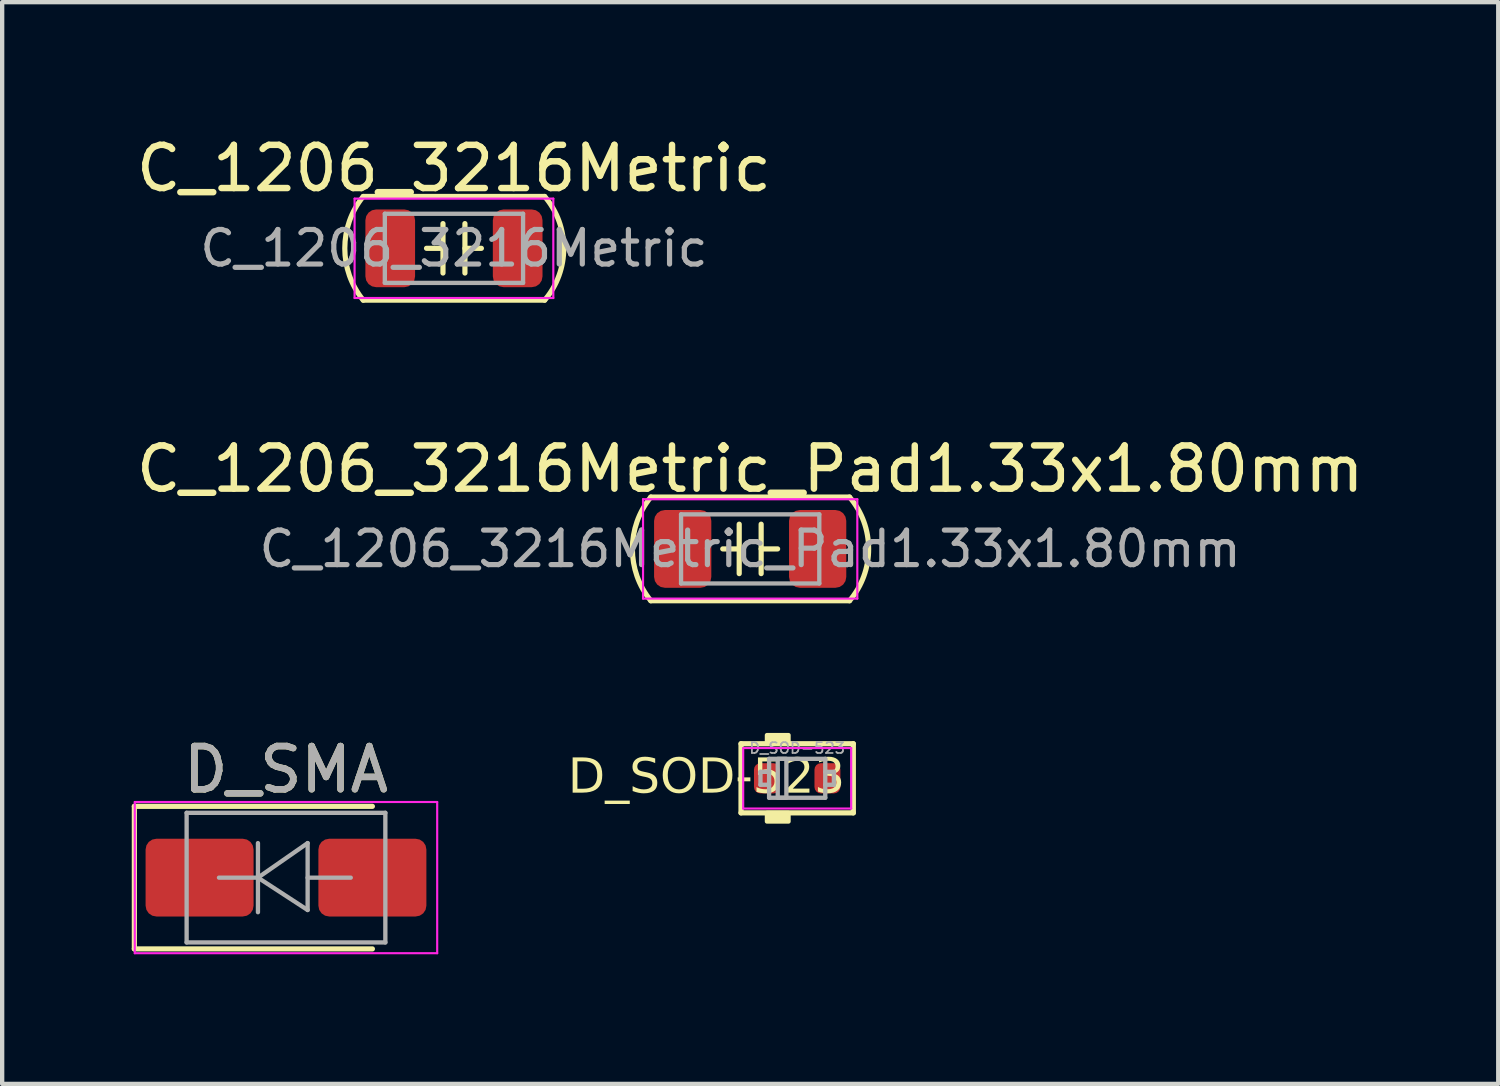
<source format=kicad_pcb>
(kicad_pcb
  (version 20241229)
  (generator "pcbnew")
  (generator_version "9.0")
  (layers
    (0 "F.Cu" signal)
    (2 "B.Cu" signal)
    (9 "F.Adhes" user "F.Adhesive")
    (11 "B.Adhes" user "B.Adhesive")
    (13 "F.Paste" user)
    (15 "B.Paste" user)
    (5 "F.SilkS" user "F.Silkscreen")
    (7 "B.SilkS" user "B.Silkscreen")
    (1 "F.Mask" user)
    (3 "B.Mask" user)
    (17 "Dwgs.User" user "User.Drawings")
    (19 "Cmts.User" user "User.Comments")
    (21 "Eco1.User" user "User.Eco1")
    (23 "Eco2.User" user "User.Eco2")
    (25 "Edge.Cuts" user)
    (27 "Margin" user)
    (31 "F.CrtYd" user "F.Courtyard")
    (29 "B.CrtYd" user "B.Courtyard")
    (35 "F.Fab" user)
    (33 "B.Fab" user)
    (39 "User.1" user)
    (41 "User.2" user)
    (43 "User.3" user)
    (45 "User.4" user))
  (footprint "C_1206_3216Metric"
    (layer "F.Cu")
    (at 7.458 2.698)
    (property "Reference" "C_1206_3216Metric" (at 0 -1.85 0) (layer "F.SilkS") (effects (font (size 1 1) (thickness 0.15))))
    (attr smd)
    (fp_line (start -2.1 1.2) (end 2.1 1.2) (stroke (width 0.12) (type solid)) (layer "F.SilkS"))
    (fp_line (start -0.254 -0.572) (end -0.254 0.572) (stroke (width 0.12) (type solid)) (layer "F.SilkS"))
    (fp_line (start -0.254 0) (end -0.635 0) (stroke (width 0.12) (type solid)) (layer "F.SilkS"))
    (fp_line (start 0.254 -0.572) (end 0.254 0.572) (stroke (width 0.12) (type solid)) (layer "F.SilkS"))
    (fp_line (start 0.254 0) (end 0.635 0) (stroke (width 0.12) (type solid)) (layer "F.SilkS"))
    (fp_line (start 2.1 -1.2) (end -2.1 -1.2) (stroke (width 0.12) (type solid)) (layer "F.SilkS"))
    (fp_arc (start -2.1 1.2) (mid -2.526625 0) (end -2.1 -1.2) (stroke (width 0.12) (type solid)) (layer "F.SilkS"))
    (fp_arc (start 2.1 -1.2) (mid 2.541962 0) (end 2.1 1.2) (stroke (width 0.12) (type solid)) (layer "F.SilkS"))
    (fp_line (start -2.3 -1.15) (end 2.3 -1.15) (stroke (width 0.05) (type solid)) (layer "F.CrtYd"))
    (fp_line (start -2.3 1.15) (end -2.3 -1.15) (stroke (width 0.05) (type solid)) (layer "F.CrtYd"))
    (fp_line (start 2.3 -1.15) (end 2.3 1.15) (stroke (width 0.05) (type solid)) (layer "F.CrtYd"))
    (fp_line (start 2.3 1.15) (end -2.3 1.15) (stroke (width 0.05) (type solid)) (layer "F.CrtYd"))
    (fp_line (start -1.6 -0.8) (end 1.6 -0.8) (stroke (width 0.1) (type solid)) (layer "F.Fab"))
    (fp_line (start -1.6 0.8) (end -1.6 -0.8) (stroke (width 0.1) (type solid)) (layer "F.Fab"))
    (fp_line (start 1.6 -0.8) (end 1.6 0.8) (stroke (width 0.1) (type solid)) (layer "F.Fab"))
    (fp_line (start 1.6 0.8) (end -1.6 0.8) (stroke (width 0.1) (type solid)) (layer "F.Fab"))
    (fp_text user "${REFERENCE}" (at 0 0 0) (layer "F.Fab") (effects (font (size 0.8 0.8) (thickness 0.12))))
    (pad "1" smd roundrect (at -1.475 0) (size 1.15 1.8) (layers "F.Cu" "F.Mask" "F.Paste") (roundrect_rratio 0.217))
    (pad "2" smd roundrect (at 1.475 0) (size 1.15 1.8) (layers "F.Cu" "F.Mask" "F.Paste") (roundrect_rratio 0.217)))
  (footprint "C_1206_3216Metric_Pad1.33x1.80mm"
    (layer "F.Cu")
    (at 14.315 9.656)
    (property "Reference" "C_1206_3216Metric_Pad1.33x1.80mm" (at 0 -1.85 0) (layer "F.SilkS") (effects (font (size 1 1) (thickness 0.15))))
    (attr smd)
    (fp_line (start -2.3 1.2) (end 2.3 1.2) (stroke (width 0.12) (type solid)) (layer "F.SilkS"))
    (fp_line (start -0.254 -0.572) (end -0.254 0.572) (stroke (width 0.12) (type solid)) (layer "F.SilkS"))
    (fp_line (start -0.254 0) (end -0.635 0) (stroke (width 0.12) (type solid)) (layer "F.SilkS"))
    (fp_line (start 0.254 -0.572) (end 0.254 0.572) (stroke (width 0.12) (type solid)) (layer "F.SilkS"))
    (fp_line (start 0.254 0) (end 0.635 0) (stroke (width 0.12) (type solid)) (layer "F.SilkS"))
    (fp_line (start 2.3 -1.2) (end -2.3 -1.2) (stroke (width 0.12) (type solid)) (layer "F.SilkS"))
    (fp_arc (start -2.3 1.2) (mid -2.726625 0) (end -2.3 -1.2) (stroke (width 0.12) (type solid)) (layer "F.SilkS"))
    (fp_arc (start 2.3 -1.2) (mid 2.741962 0) (end 2.3 1.2) (stroke (width 0.12) (type solid)) (layer "F.SilkS"))
    (fp_line (start -2.48 -1.15) (end 2.48 -1.15) (stroke (width 0.05) (type solid)) (layer "F.CrtYd"))
    (fp_line (start -2.48 1.15) (end -2.48 -1.15) (stroke (width 0.05) (type solid)) (layer "F.CrtYd"))
    (fp_line (start 2.48 -1.15) (end 2.48 1.15) (stroke (width 0.05) (type solid)) (layer "F.CrtYd"))
    (fp_line (start 2.48 1.15) (end -2.48 1.15) (stroke (width 0.05) (type solid)) (layer "F.CrtYd"))
    (fp_line (start -1.6 -0.8) (end 1.6 -0.8) (stroke (width 0.1) (type solid)) (layer "F.Fab"))
    (fp_line (start -1.6 0.8) (end -1.6 -0.8) (stroke (width 0.1) (type solid)) (layer "F.Fab"))
    (fp_line (start 1.6 -0.8) (end 1.6 0.8) (stroke (width 0.1) (type solid)) (layer "F.Fab"))
    (fp_line (start 1.6 0.8) (end -1.6 0.8) (stroke (width 0.1) (type solid)) (layer "F.Fab"))
    (fp_text user "${REFERENCE}" (at 0 0 0) (layer "F.Fab") (effects (font (size 0.8 0.8) (thickness 0.12))))
    (pad "1" smd roundrect (at -1.562 0) (size 1.325 1.8) (layers "F.Cu" "F.Mask" "F.Paste") (roundrect_rratio 0.189))
    (pad "2" smd roundrect (at 1.562 0) (size 1.325 1.8) (layers "F.Cu" "F.Mask" "F.Paste") (roundrect_rratio 0.189)))
  (footprint "D_SOD-523"
    (layer "F.Cu")
    (at 15.403 14.966)
    (property "Reference" "D_SOD-523" (at -2.1 0 180) (layer "F.SilkS") (effects (font (face "JetBrains Mono") (size 0.8 0.8) (thickness 0.1))))
    (attr smd)
    (fp_line (start -1.3 -0.8) (end -1.3 0.8) (stroke (width 0.12) (type solid)) (layer "F.SilkS"))
    (fp_line (start -1.3 0.8) (end 1.3 0.8) (stroke (width 0.12) (type solid)) (layer "F.SilkS"))
    (fp_line (start 1.3 -0.8) (end -1.3 -0.8) (stroke (width 0.12) (type solid)) (layer "F.SilkS"))
    (fp_line (start 1.3 0.8) (end 1.3 -0.8) (stroke (width 0.12) (type solid)) (layer "F.SilkS"))
    (fp_poly (pts (xy -0.2 -0.8) (xy -0.7 -0.8) (xy -0.7 -1) (xy -0.2 -1)) (stroke (width 0.1) (type solid)) (fill yes) (layer "F.SilkS"))
    (fp_poly (pts (xy -0.2 1) (xy -0.7 1) (xy -0.7 0.8) (xy -0.2 0.8)) (stroke (width 0.1) (type solid)) (fill yes) (layer "F.SilkS"))
    (fp_line (start -1.25 -0.7) (end 1.25 -0.7) (stroke (width 0.05) (type solid)) (layer "F.CrtYd"))
    (fp_line (start -1.25 0.7) (end -1.25 -0.7) (stroke (width 0.05) (type solid)) (layer "F.CrtYd"))
    (fp_line (start 1.25 -0.7) (end 1.25 0.7) (stroke (width 0.05) (type solid)) (layer "F.CrtYd"))
    (fp_line (start 1.25 0.7) (end -1.25 0.7) (stroke (width 0.05) (type solid)) (layer "F.CrtYd"))
    (fp_line (start -0.85 -0.15) (end -0.85 0.15) (stroke (width 0.1) (type solid)) (layer "F.Fab"))
    (fp_line (start -0.85 -0.15) (end -0.65 -0.15) (stroke (width 0.1) (type solid)) (layer "F.Fab"))
    (fp_line (start -0.85 0.15) (end -0.65 0.15) (stroke (width 0.1) (type solid)) (layer "F.Fab"))
    (fp_line (start -0.65 -0.45) (end 0.65 -0.45) (stroke (width 0.1) (type solid)) (layer "F.Fab"))
    (fp_line (start -0.65 0.45) (end -0.65 -0.45) (stroke (width 0.1) (type solid)) (layer "F.Fab"))
    (fp_line (start 0.65 -0.45) (end 0.65 0.45) (stroke (width 0.1) (type solid)) (layer "F.Fab"))
    (fp_line (start 0.65 0.45) (end -0.65 0.45) (stroke (width 0.1) (type solid)) (layer "F.Fab"))
    (fp_line (start 0.85 -0.15) (end 0.65 -0.15) (stroke (width 0.1) (type solid)) (layer "F.Fab"))
    (fp_line (start 0.85 0.15) (end 0.65 0.15) (stroke (width 0.1) (type solid)) (layer "F.Fab"))
    (fp_line (start 0.85 0.15) (end 0.85 -0.15) (stroke (width 0.1) (type solid)) (layer "F.Fab"))
    (fp_rect (start -0.45 -0.45) (end -0.25 0.45) (stroke (width 0.1) (type solid)) (fill no) (layer "F.Fab"))
    (fp_text user "${REFERENCE}" (at 0 -0.7 180) (layer "F.Fab") (effects (font (size 0.25 0.25) (thickness 0.04))))
    (pad "1" smd roundrect (at -0.7 0 180) (size 0.6 0.7) (layers "F.Cu" "F.Mask" "F.Paste") (roundrect_rratio 0.25))
    (pad "2" smd roundrect (at 0.7 0 180) (size 0.6 0.7) (layers "F.Cu" "F.Mask" "F.Paste") (roundrect_rratio 0.25)))
  (footprint "D_SMA"
    (layer "F.Cu")
    (at 3.57 17.265)
    (property "Reference" "D_SMA" (at 0 -2.5 0) (layer "F.SilkS") (effects (font (size 1 1) (thickness 0.15))))
    (attr smd)
    (fp_line (start -3.51 -1.65) (end -3.51 1.65) (stroke (width 0.12) (type solid)) (layer "F.SilkS"))
    (fp_line (start -3.51 -1.65) (end 2 -1.65) (stroke (width 0.12) (type solid)) (layer "F.SilkS"))
    (fp_line (start -3.51 1.65) (end 2 1.65) (stroke (width 0.12) (type solid)) (layer "F.SilkS"))
    (fp_line (start -3.5 -1.75) (end 3.5 -1.75) (stroke (width 0.05) (type solid)) (layer "F.CrtYd"))
    (fp_line (start -3.5 1.75) (end -3.5 -1.75) (stroke (width 0.05) (type solid)) (layer "F.CrtYd"))
    (fp_line (start 3.5 -1.75) (end 3.5 1.75) (stroke (width 0.05) (type solid)) (layer "F.CrtYd"))
    (fp_line (start 3.5 1.75) (end -3.5 1.75) (stroke (width 0.05) (type solid)) (layer "F.CrtYd"))
    (fp_line (start -2.3 1.5) (end -2.3 -1.5) (stroke (width 0.1) (type solid)) (layer "F.Fab"))
    (fp_line (start -0.649 -0.799) (end -0.649 0.801) (stroke (width 0.1) (type solid)) (layer "F.Fab"))
    (fp_line (start -0.649 0.001) (end -1.551 0.001) (stroke (width 0.1) (type solid)) (layer "F.Fab"))
    (fp_line (start -0.649 0.001) (end 0.501 -0.799) (stroke (width 0.1) (type solid)) (layer "F.Fab"))
    (fp_line (start -0.649 0.001) (end 0.501 0.75) (stroke (width 0.1) (type solid)) (layer "F.Fab"))
    (fp_line (start 0.501 0.001) (end 1.499 0.001) (stroke (width 0.1) (type solid)) (layer "F.Fab"))
    (fp_line (start 0.501 0.75) (end 0.501 -0.799) (stroke (width 0.1) (type solid)) (layer "F.Fab"))
    (fp_line (start 2.3 -1.5) (end -2.3 -1.5) (stroke (width 0.1) (type solid)) (layer "F.Fab"))
    (fp_line (start 2.3 -1.5) (end 2.3 1.5) (stroke (width 0.1) (type solid)) (layer "F.Fab"))
    (fp_line (start 2.3 1.5) (end -2.3 1.5) (stroke (width 0.1) (type solid)) (layer "F.Fab"))
    (fp_text user "${REFERENCE}" (at 0 -2.5 0) (layer "F.Fab") (effects (font (size 1 1) (thickness 0.15))))
    (pad "1" smd roundrect (at -2 0) (size 2.5 1.8) (layers "F.Cu" "F.Mask" "F.Paste") (roundrect_rratio 0.139))
    (pad "2" smd roundrect (at 2 0) (size 2.5 1.8) (layers "F.Cu" "F.Mask" "F.Paste") (roundrect_rratio 0.139)))
  (gr_rect
    (start -3 -3)
    (end 31.631 22.04)
    (stroke (width 0.1) (type default))
    (fill no)
    (layer "Edge.Cuts")))
</source>
